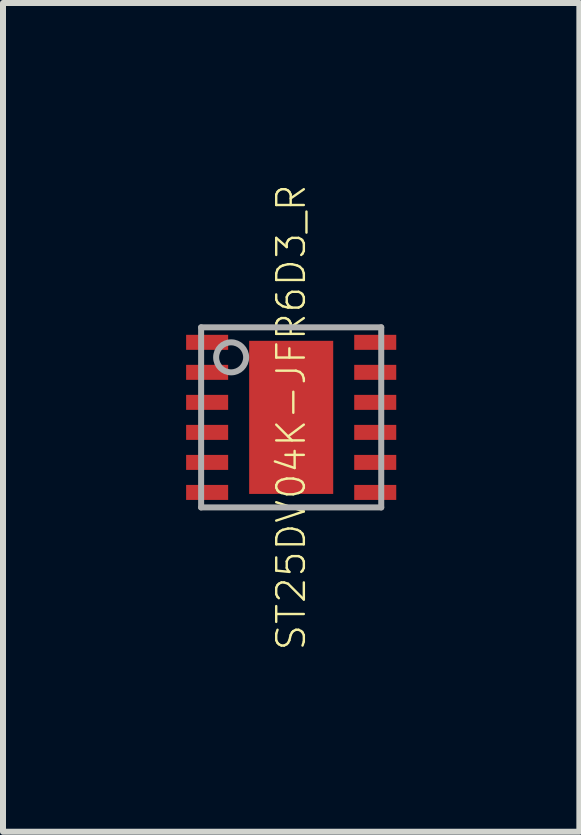
<source format=kicad_pcb>
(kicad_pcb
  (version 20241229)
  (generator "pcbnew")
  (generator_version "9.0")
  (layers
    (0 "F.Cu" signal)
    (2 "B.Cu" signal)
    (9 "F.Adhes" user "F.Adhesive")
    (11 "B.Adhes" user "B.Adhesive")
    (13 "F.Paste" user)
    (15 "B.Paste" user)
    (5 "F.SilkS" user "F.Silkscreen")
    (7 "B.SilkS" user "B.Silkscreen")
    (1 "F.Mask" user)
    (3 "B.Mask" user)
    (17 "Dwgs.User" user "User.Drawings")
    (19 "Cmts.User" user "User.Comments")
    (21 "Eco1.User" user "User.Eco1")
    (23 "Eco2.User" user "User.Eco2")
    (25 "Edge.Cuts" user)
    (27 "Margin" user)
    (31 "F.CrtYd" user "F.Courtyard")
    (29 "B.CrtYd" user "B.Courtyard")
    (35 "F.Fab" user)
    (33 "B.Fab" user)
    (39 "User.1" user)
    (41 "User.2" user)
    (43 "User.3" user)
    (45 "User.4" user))
  (footprint "ST25DV04K-JFR6D3_R"
    (layer "F.Cu")
    (at 1.8 3.902)
    (property "Reference" "ST25DV04K-JFR6D3_R" (at 0 0 90) (unlocked yes) (layer "F.SilkS") (effects (font (size 0.46 0.46) (thickness 0.04))))
    (fp_poly (pts (xy -1 -1.075) (xy -1 -1.425) (xy -1.8 -1.425) (xy -1.8 -1.075)) (stroke (width 0) (type default)) (fill yes) (layer "F.Mask"))
    (fp_poly (pts (xy -1 -0.575) (xy -1 -0.925) (xy -1.8 -0.925) (xy -1.8 -0.575)) (stroke (width 0) (type default)) (fill yes) (layer "F.Mask"))
    (fp_poly (pts (xy -1 -0.075) (xy -1 -0.425) (xy -1.8 -0.425) (xy -1.8 -0.075)) (stroke (width 0) (type default)) (fill yes) (layer "F.Mask"))
    (fp_poly (pts (xy -1 0.425) (xy -1 0.075) (xy -1.8 0.075) (xy -1.8 0.425)) (stroke (width 0) (type default)) (fill yes) (layer "F.Mask"))
    (fp_poly (pts (xy -1 0.925) (xy -1 0.575) (xy -1.8 0.575) (xy -1.8 0.925)) (stroke (width 0) (type default)) (fill yes) (layer "F.Mask"))
    (fp_poly (pts (xy -1 1.425) (xy -1 1.075) (xy -1.8 1.075) (xy -1.8 1.425)) (stroke (width 0) (type default)) (fill yes) (layer "F.Mask"))
    (fp_poly (pts (xy -0.75 1.325) (xy 0.75 1.325) (xy 0.75 -1.325) (xy -0.75 -1.325)) (stroke (width 0) (type default)) (fill yes) (layer "F.Mask"))
    (fp_poly (pts (xy 1.8 -1.075) (xy 1.8 -1.425) (xy 1 -1.425) (xy 1 -1.075)) (stroke (width 0) (type default)) (fill yes) (layer "F.Mask"))
    (fp_poly (pts (xy 1.8 -0.575) (xy 1.8 -0.925) (xy 1 -0.925) (xy 1 -0.575)) (stroke (width 0) (type default)) (fill yes) (layer "F.Mask"))
    (fp_poly (pts (xy 1.8 -0.075) (xy 1.8 -0.425) (xy 1 -0.425) (xy 1 -0.075)) (stroke (width 0) (type default)) (fill yes) (layer "F.Mask"))
    (fp_poly (pts (xy 1.8 0.425) (xy 1.8 0.075) (xy 1 0.075) (xy 1 0.425)) (stroke (width 0) (type default)) (fill yes) (layer "F.Mask"))
    (fp_poly (pts (xy 1.8 0.925) (xy 1.8 0.575) (xy 1 0.575) (xy 1 0.925)) (stroke (width 0) (type default)) (fill yes) (layer "F.Mask"))
    (fp_poly (pts (xy 1.8 1.425) (xy 1.8 1.075) (xy 1 1.075) (xy 1 1.425)) (stroke (width 0) (type default)) (fill yes) (layer "F.Mask"))
    (fp_poly (pts (xy -1.05 -1.125) (xy -1.75 -1.125) (xy -1.75 -1.375) (xy -1.05 -1.375)) (stroke (width 0) (type default)) (fill yes) (layer "F.Paste"))
    (fp_poly (pts (xy -1.05 -0.625) (xy -1.75 -0.625) (xy -1.75 -0.875) (xy -1.05 -0.875)) (stroke (width 0) (type default)) (fill yes) (layer "F.Paste"))
    (fp_poly (pts (xy -1.05 -0.125) (xy -1.75 -0.125) (xy -1.75 -0.375) (xy -1.05 -0.375)) (stroke (width 0) (type default)) (fill yes) (layer "F.Paste"))
    (fp_poly (pts (xy -1.05 0.375) (xy -1.75 0.375) (xy -1.75 0.125) (xy -1.05 0.125)) (stroke (width 0) (type default)) (fill yes) (layer "F.Paste"))
    (fp_poly (pts (xy -1.05 0.875) (xy -1.75 0.875) (xy -1.75 0.625) (xy -1.05 0.625)) (stroke (width 0) (type default)) (fill yes) (layer "F.Paste"))
    (fp_poly (pts (xy -1.05 1.375) (xy -1.75 1.375) (xy -1.75 1.125) (xy -1.05 1.125)) (stroke (width 0) (type default)) (fill yes) (layer "F.Paste"))
    (fp_poly (pts (xy 0.6 -0.05) (xy -0.6 -0.05) (xy -0.6 -1.175) (xy 0.6 -1.175)) (stroke (width 0) (type default)) (fill yes) (layer "F.Paste"))
    (fp_poly (pts (xy 0.6 1.175) (xy -0.6 1.175) (xy -0.6 0.05) (xy 0.6 0.05)) (stroke (width 0) (type default)) (fill yes) (layer "F.Paste"))
    (fp_poly (pts (xy 1.75 -1.125) (xy 1.05 -1.125) (xy 1.05 -1.375) (xy 1.75 -1.375)) (stroke (width 0) (type default)) (fill yes) (layer "F.Paste"))
    (fp_poly (pts (xy 1.75 -0.625) (xy 1.05 -0.625) (xy 1.05 -0.875) (xy 1.75 -0.875)) (stroke (width 0) (type default)) (fill yes) (layer "F.Paste"))
    (fp_poly (pts (xy 1.75 -0.125) (xy 1.05 -0.125) (xy 1.05 -0.375) (xy 1.75 -0.375)) (stroke (width 0) (type default)) (fill yes) (layer "F.Paste"))
    (fp_poly (pts (xy 1.75 0.375) (xy 1.05 0.375) (xy 1.05 0.125) (xy 1.75 0.125)) (stroke (width 0) (type default)) (fill yes) (layer "F.Paste"))
    (fp_poly (pts (xy 1.75 0.875) (xy 1.05 0.875) (xy 1.05 0.625) (xy 1.75 0.625)) (stroke (width 0) (type default)) (fill yes) (layer "F.Paste"))
    (fp_poly (pts (xy 1.75 1.375) (xy 1.05 1.375) (xy 1.05 1.125) (xy 1.75 1.125)) (stroke (width 0) (type default)) (fill yes) (layer "F.Paste"))
    (fp_line (start -1.5 -1.5) (end -1.5 1.5) (stroke (width 0.1) (type solid)) (layer "F.Fab"))
    (fp_line (start -1.5 1.5) (end 1.5 1.5) (stroke (width 0.1) (type solid)) (layer "F.Fab"))
    (fp_line (start 1.5 -1.5) (end -1.5 -1.5) (stroke (width 0.1) (type solid)) (layer "F.Fab"))
    (fp_line (start 1.5 1.5) (end 1.5 -1.5) (stroke (width 0.1) (type solid)) (layer "F.Fab"))
    (fp_circle (center -1 -1) (end -0.75 -1) (stroke (width 0.1) (type solid)) (fill no) (layer "F.Fab"))
    (pad "0" smd rect (at 0 0) (size 1.4 2.55) (layers "F.Cu"))
    (pad "1" smd rect (at -1.4 -1.25 90) (size 0.25 0.7) (layers "F.Cu"))
    (pad "2" smd rect (at -1.4 -0.75 90) (size 0.25 0.7) (layers "F.Cu"))
    (pad "3" smd rect (at -1.4 -0.25 90) (size 0.25 0.7) (layers "F.Cu"))
    (pad "4" smd rect (at -1.4 0.25 90) (size 0.25 0.7) (layers "F.Cu"))
    (pad "5" smd rect (at -1.4 0.75 90) (size 0.25 0.7) (layers "F.Cu"))
    (pad "6" smd rect (at -1.4 1.25 90) (size 0.25 0.7) (layers "F.Cu"))
    (pad "7" smd rect (at 1.4 1.25 90) (size 0.25 0.7) (layers "F.Cu"))
    (pad "8" smd rect (at 1.4 0.75 90) (size 0.25 0.7) (layers "F.Cu"))
    (pad "9" smd rect (at 1.4 0.25 90) (size 0.25 0.7) (layers "F.Cu"))
    (pad "10" smd rect (at 1.4 -0.25 90) (size 0.25 0.7) (layers "F.Cu"))
    (pad "11" smd rect (at 1.4 -0.75 90) (size 0.25 0.7) (layers "F.Cu"))
    (pad "12" smd rect (at 1.4 -1.25 90) (size 0.25 0.7) (layers "F.Cu")))
  (gr_rect
    (start -3 -3)
    (end 6.6 10.804)
    (stroke (width 0.1) (type default))
    (fill no)
    (layer "Edge.Cuts")))
</source>
